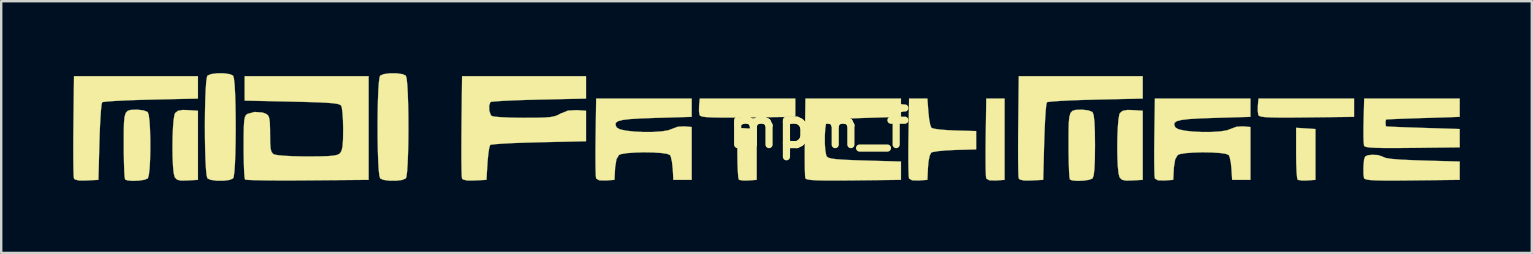
<source format=kicad_pcb>
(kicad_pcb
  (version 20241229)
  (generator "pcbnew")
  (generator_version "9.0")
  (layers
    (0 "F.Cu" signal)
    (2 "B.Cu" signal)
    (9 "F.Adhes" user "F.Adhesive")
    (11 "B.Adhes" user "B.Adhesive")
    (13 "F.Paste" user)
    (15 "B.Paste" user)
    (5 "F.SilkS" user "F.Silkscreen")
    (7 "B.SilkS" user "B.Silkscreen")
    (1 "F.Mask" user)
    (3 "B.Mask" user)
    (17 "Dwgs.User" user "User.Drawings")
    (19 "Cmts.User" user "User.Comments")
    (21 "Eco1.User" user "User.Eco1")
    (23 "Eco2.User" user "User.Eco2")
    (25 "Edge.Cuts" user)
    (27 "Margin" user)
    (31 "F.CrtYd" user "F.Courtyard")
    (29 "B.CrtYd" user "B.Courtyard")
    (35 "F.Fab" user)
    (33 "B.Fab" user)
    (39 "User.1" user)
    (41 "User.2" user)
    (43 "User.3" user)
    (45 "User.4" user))
  (footprint "mpm_f"
    (layer "F.Cu")
    (at 31.064 2.285)
    (property "Reference" "mpm_f" (at 0 0 0) (layer "F.SilkS") (effects (font (size 1.524 1.524) (thickness 0.3))))
    (attr through_hole)
    (fp_poly (pts (xy -2.985 0.017) (xy -2.582 0.042) (xy -2.582 2.159) (xy -2.924 2.184) (xy -3.154 2.186) (xy -3.306 2.161) (xy -3.326 2.149) (xy -3.349 2.045) (xy -3.368 1.807) (xy -3.381 1.47) (xy -3.387 1.067) (xy -3.387 1.04) (xy -3.387 -0.009) (xy -2.985 0.017)) (stroke (width 0.01) (type solid)) (fill yes) (layer "F.SilkS"))
    (fp_poly (pts (xy 7.747 2.159) (xy 7.386 2.185) (xy 7.11 2.178) (xy 6.985 2.104) (xy 6.982 2.098) (xy 6.97 1.981) (xy 6.961 1.723) (xy 6.957 1.353) (xy 6.957 0.899) (xy 6.962 0.39) (xy 6.962 0.378) (xy 6.985 -1.228) (xy 7.747 -1.228) (xy 7.747 2.159)) (stroke (width 0.01) (type solid)) (fill yes) (layer "F.SilkS"))
    (fp_poly (pts (xy 20.299 0.017) (xy 20.701 0.042) (xy 20.701 2.159) (xy 20.359 2.184) (xy 20.129 2.186) (xy 19.977 2.161) (xy 19.957 2.149) (xy 19.934 2.045) (xy 19.915 1.807) (xy 19.902 1.47) (xy 19.897 1.067) (xy 19.897 1.04) (xy 19.897 -0.009) (xy 20.299 0.017)) (stroke (width 0.01) (type solid)) (fill yes) (layer "F.SilkS"))
    (fp_poly (pts (xy -0.974 -0.466) (xy -2.944 -0.443) (xy -3.587 -0.437) (xy -4.08 -0.437) (xy -4.441 -0.443) (xy -4.691 -0.456) (xy -4.849 -0.478) (xy -4.933 -0.509) (xy -4.961 -0.541) (xy -4.986 -0.705) (xy -4.981 -0.937) (xy -4.98 -0.944) (xy -4.953 -1.228) (xy -0.974 -1.228) (xy -0.974 -0.466)) (stroke (width 0.01) (type solid)) (fill yes) (layer "F.SilkS"))
    (fp_poly (pts (xy 22.31 -0.466) (xy 20.339 -0.443) (xy 19.696 -0.437) (xy 19.204 -0.437) (xy 18.842 -0.443) (xy 18.592 -0.456) (xy 18.434 -0.478) (xy 18.35 -0.509) (xy 18.322 -0.541) (xy 18.298 -0.705) (xy 18.302 -0.937) (xy 18.303 -0.944) (xy 18.33 -1.228) (xy 22.31 -1.228) (xy 22.31 -0.466)) (stroke (width 0.01) (type solid)) (fill yes) (layer "F.SilkS"))
    (fp_poly (pts (xy -26.286 -0.746) (xy -25.866 -0.72) (xy -25.866 2.159) (xy -26.305 2.184) (xy -26.577 2.189) (xy -26.733 2.153) (xy -26.822 2.063) (xy -26.834 2.042) (xy -26.875 1.879) (xy -26.904 1.59) (xy -26.921 1.217) (xy -26.926 0.796) (xy -26.921 0.369) (xy -26.904 -0.028) (xy -26.877 -0.353) (xy -26.839 -0.569) (xy -26.815 -0.624) (xy -26.7 -0.717) (xy -26.504 -0.752) (xy -26.286 -0.746)) (stroke (width 0.01) (type solid)) (fill yes) (layer "F.SilkS"))
    (fp_poly (pts (xy 13.084 -0.746) (xy 13.504 -0.72) (xy 13.504 2.159) (xy 13.065 2.184) (xy 12.793 2.189) (xy 12.637 2.153) (xy 12.548 2.063) (xy 12.536 2.042) (xy 12.495 1.879) (xy 12.466 1.59) (xy 12.449 1.217) (xy 12.444 0.796) (xy 12.449 0.369) (xy 12.466 -0.028) (xy 12.493 -0.353) (xy 12.531 -0.569) (xy 12.555 -0.624) (xy 12.67 -0.717) (xy 12.866 -0.752) (xy 13.084 -0.746)) (stroke (width 0.01) (type solid)) (fill yes) (layer "F.SilkS"))
    (fp_poly (pts (xy 23.309 1.127) (xy 23.498 1.19) (xy 23.514 1.201) (xy 23.631 1.248) (xy 23.871 1.286) (xy 24.245 1.317) (xy 24.766 1.341) (xy 25.18 1.355) (xy 26.712 1.397) (xy 26.712 2.159) (xy 24.742 2.182) (xy 24.097 2.188) (xy 23.602 2.188) (xy 23.239 2.181) (xy 22.989 2.168) (xy 22.832 2.146) (xy 22.749 2.114) (xy 22.726 2.086) (xy 22.704 1.936) (xy 22.701 1.689) (xy 22.707 1.556) (xy 22.728 1.309) (xy 22.777 1.184) (xy 22.89 1.134) (xy 23.056 1.116) (xy 23.309 1.127)) (stroke (width 0.01) (type solid)) (fill yes) (layer "F.SilkS"))
    (fp_poly (pts (xy -25.866 -1.228) (xy -27.827 -1.185) (xy -28.388 -1.17) (xy -28.893 -1.151) (xy -29.316 -1.13) (xy -29.634 -1.107) (xy -29.821 -1.085) (xy -29.859 -1.073) (xy -29.884 -0.969) (xy -29.909 -0.725) (xy -29.933 -0.366) (xy -29.955 0.078) (xy -29.972 0.578) (xy -30.014 2.159) (xy -30.502 2.184) (xy -30.818 2.186) (xy -30.989 2.145) (xy -31.033 2.098) (xy -31.044 1.985) (xy -31.052 1.728) (xy -31.057 1.35) (xy -31.059 0.877) (xy -31.057 0.333) (xy -31.053 -0.086) (xy -31.03 -2.159) (xy -25.866 -2.159) (xy -25.866 -1.228)) (stroke (width 0.01) (type solid)) (fill yes) (layer "F.SilkS"))
    (fp_poly (pts (xy 13.504 -1.228) (xy 11.543 -1.185) (xy 10.982 -1.17) (xy 10.477 -1.151) (xy 10.054 -1.13) (xy 9.736 -1.107) (xy 9.549 -1.085) (xy 9.511 -1.073) (xy 9.486 -0.969) (xy 9.461 -0.725) (xy 9.437 -0.366) (xy 9.415 0.078) (xy 9.398 0.578) (xy 9.356 2.159) (xy 8.868 2.184) (xy 8.552 2.186) (xy 8.381 2.145) (xy 8.337 2.098) (xy 8.326 1.985) (xy 8.318 1.728) (xy 8.313 1.35) (xy 8.311 0.877) (xy 8.313 0.333) (xy 8.317 -0.086) (xy 8.34 -2.159) (xy 13.504 -2.159) (xy 13.504 -1.228)) (stroke (width 0.01) (type solid)) (fill yes) (layer "F.SilkS"))
    (fp_poly (pts (xy -28.373 -0.762) (xy -28.138 -0.736) (xy -27.972 -0.673) (xy -27.957 -0.66) (xy -27.915 -0.535) (xy -27.884 -0.278) (xy -27.863 0.074) (xy -27.852 0.483) (xy -27.851 0.913) (xy -27.861 1.326) (xy -27.881 1.685) (xy -27.912 1.954) (xy -27.952 2.094) (xy -27.957 2.1) (xy -28.094 2.156) (xy -28.325 2.191) (xy -28.584 2.201) (xy -28.801 2.183) (xy -28.9 2.145) (xy -28.919 2.045) (xy -28.935 1.806) (xy -28.947 1.457) (xy -28.955 1.027) (xy -28.956 0.715) (xy -28.955 0.183) (xy -28.948 -0.203) (xy -28.923 -0.467) (xy -28.873 -0.631) (xy -28.789 -0.719) (xy -28.66 -0.755) (xy -28.477 -0.762) (xy -28.373 -0.762)) (stroke (width 0.01) (type solid)) (fill yes) (layer "F.SilkS"))
    (fp_poly (pts (xy 4.572 -0.66) (xy 4.606 -0.359) (xy 4.652 -0.123) (xy 4.7 -0.007) (xy 4.816 0.03) (xy 5.062 0.065) (xy 5.398 0.091) (xy 5.674 0.103) (xy 6.562 0.127) (xy 6.562 0.889) (xy 5.678 0.913) (xy 5.299 0.932) (xy 4.98 0.962) (xy 4.76 0.999) (xy 4.687 1.026) (xy 4.626 1.153) (xy 4.577 1.394) (xy 4.555 1.637) (xy 4.53 2.159) (xy 4.169 2.185) (xy 3.893 2.178) (xy 3.768 2.104) (xy 3.765 2.098) (xy 3.752 1.981) (xy 3.744 1.723) (xy 3.739 1.353) (xy 3.739 0.899) (xy 3.744 0.39) (xy 3.745 0.378) (xy 3.768 -1.228) (xy 4.53 -1.228) (xy 4.572 -0.66)) (stroke (width 0.01) (type solid)) (fill yes) (layer "F.SilkS"))
    (fp_poly (pts (xy 10.997 -0.762) (xy 11.232 -0.736) (xy 11.398 -0.673) (xy 11.413 -0.66) (xy 11.458 -0.54) (xy 11.49 -0.276) (xy 11.509 0.138) (xy 11.515 0.712) (xy 11.515 0.72) (xy 11.509 1.296) (xy 11.49 1.712) (xy 11.459 1.977) (xy 11.414 2.099) (xy 11.413 2.1) (xy 11.276 2.156) (xy 11.045 2.191) (xy 10.786 2.201) (xy 10.569 2.183) (xy 10.47 2.145) (xy 10.451 2.045) (xy 10.435 1.806) (xy 10.423 1.457) (xy 10.415 1.027) (xy 10.414 0.715) (xy 10.415 0.183) (xy 10.422 -0.203) (xy 10.447 -0.467) (xy 10.497 -0.631) (xy 10.581 -0.719) (xy 10.71 -0.755) (xy 10.893 -0.762) (xy 10.997 -0.762)) (stroke (width 0.01) (type solid)) (fill yes) (layer "F.SilkS"))
    (fp_poly (pts (xy 26.712 -0.466) (xy 25.188 -0.418) (xy 24.7 -0.402) (xy 24.274 -0.387) (xy 23.938 -0.373) (xy 23.718 -0.362) (xy 23.643 -0.355) (xy 23.624 -0.269) (xy 23.622 -0.212) (xy 23.634 -0.089) (xy 23.643 -0.068) (xy 23.73 -0.061) (xy 23.96 -0.049) (xy 24.304 -0.035) (xy 24.736 -0.02) (xy 25.188 -0.005) (xy 26.712 0.042) (xy 26.712 0.804) (xy 24.742 0.827) (xy 24.091 0.833) (xy 23.591 0.833) (xy 23.224 0.825) (xy 22.972 0.811) (xy 22.817 0.788) (xy 22.741 0.755) (xy 22.728 0.737) (xy 22.712 0.61) (xy 22.704 0.354) (xy 22.703 0.008) (xy 22.709 -0.302) (xy 22.733 -1.228) (xy 26.712 -1.228) (xy 26.712 -0.466)) (stroke (width 0.01) (type solid)) (fill yes) (layer "F.SilkS"))
    (fp_poly (pts (xy -24.783 -2.279) (xy -24.537 -2.245) (xy -24.401 -2.184) (xy -24.367 -2.068) (xy -24.339 -1.81) (xy -24.318 -1.442) (xy -24.303 -0.991) (xy -24.295 -0.487) (xy -24.293 0.041) (xy -24.297 0.565) (xy -24.307 1.056) (xy -24.324 1.484) (xy -24.347 1.82) (xy -24.377 2.036) (xy -24.401 2.1) (xy -24.553 2.164) (xy -24.804 2.195) (xy -25.086 2.194) (xy -25.332 2.16) (xy -25.468 2.1) (xy -25.502 1.983) (xy -25.529 1.726) (xy -25.55 1.357) (xy -25.565 0.907) (xy -25.574 0.403) (xy -25.576 -0.126) (xy -25.572 -0.65) (xy -25.561 -1.14) (xy -25.544 -1.568) (xy -25.521 -1.905) (xy -25.492 -2.121) (xy -25.468 -2.184) (xy -25.316 -2.248) (xy -25.065 -2.28) (xy -24.783 -2.279)) (stroke (width 0.01) (type solid)) (fill yes) (layer "F.SilkS"))
    (fp_poly (pts (xy -17.586 -2.279) (xy -17.34 -2.245) (xy -17.204 -2.184) (xy -17.17 -2.068) (xy -17.143 -1.81) (xy -17.122 -1.442) (xy -17.107 -0.991) (xy -17.098 -0.487) (xy -17.096 0.041) (xy -17.1 0.565) (xy -17.111 1.056) (xy -17.128 1.484) (xy -17.151 1.82) (xy -17.18 2.036) (xy -17.204 2.1) (xy -17.356 2.164) (xy -17.607 2.195) (xy -17.889 2.194) (xy -18.135 2.16) (xy -18.271 2.1) (xy -18.305 1.983) (xy -18.333 1.726) (xy -18.354 1.357) (xy -18.369 0.907) (xy -18.377 0.403) (xy -18.379 -0.126) (xy -18.375 -0.65) (xy -18.365 -1.14) (xy -18.348 -1.568) (xy -18.325 -1.905) (xy -18.295 -2.121) (xy -18.271 -2.184) (xy -18.119 -2.248) (xy -17.868 -2.28) (xy -17.586 -2.279)) (stroke (width 0.01) (type solid)) (fill yes) (layer "F.SilkS"))
    (fp_poly (pts (xy 3.429 -0.466) (xy 1.947 -0.423) (xy 1.458 -0.406) (xy 1.025 -0.383) (xy 0.677 -0.358) (xy 0.444 -0.333) (xy 0.36 -0.313) (xy 0.308 -0.198) (xy 0.273 0.035) (xy 0.256 0.336) (xy 0.257 0.654) (xy 0.277 0.939) (xy 0.317 1.142) (xy 0.337 1.185) (xy 0.397 1.233) (xy 0.525 1.271) (xy 0.742 1.3) (xy 1.07 1.323) (xy 1.531 1.343) (xy 1.923 1.355) (xy 3.429 1.397) (xy 3.429 2.159) (xy 1.458 2.182) (xy 0.803 2.187) (xy 0.3 2.187) (xy -0.069 2.179) (xy -0.322 2.164) (xy -0.475 2.14) (xy -0.546 2.107) (xy -0.554 2.094) (xy -0.566 1.978) (xy -0.575 1.722) (xy -0.579 1.352) (xy -0.579 0.899) (xy -0.574 0.39) (xy -0.573 0.378) (xy -0.55 -1.228) (xy 3.429 -1.228) (xy 3.429 -0.466)) (stroke (width 0.01) (type solid)) (fill yes) (layer "F.SilkS"))
    (fp_poly (pts (xy -5.292 -0.466) (xy -6.791 -0.423) (xy -7.395 -0.402) (xy -7.847 -0.375) (xy -8.163 -0.338) (xy -8.36 -0.287) (xy -8.454 -0.217) (xy -8.464 -0.125) (xy -8.413 -0.019) (xy -8.285 0.054) (xy -8.029 0.11) (xy -7.686 0.148) (xy -7.297 0.166) (xy -6.904 0.164) (xy -6.547 0.141) (xy -6.267 0.095) (xy -6.123 0.04) (xy -5.869 -0.053) (xy -5.605 -0.068) (xy -5.292 -0.042) (xy -5.292 2.159) (xy -6.054 2.159) (xy -6.08 1.696) (xy -6.11 1.417) (xy -6.16 1.2) (xy -6.196 1.124) (xy -6.321 1.074) (xy -6.573 1.038) (xy -6.907 1.017) (xy -7.282 1.011) (xy -7.655 1.021) (xy -7.983 1.045) (xy -8.224 1.084) (xy -8.32 1.122) (xy -8.426 1.301) (xy -8.481 1.639) (xy -8.484 1.693) (xy -8.509 2.159) (xy -8.87 2.185) (xy -9.146 2.178) (xy -9.271 2.104) (xy -9.274 2.098) (xy -9.286 1.981) (xy -9.295 1.723) (xy -9.299 1.353) (xy -9.299 0.899) (xy -9.294 0.39) (xy -9.294 0.378) (xy -9.271 -1.228) (xy -5.292 -1.228) (xy -5.292 -0.466)) (stroke (width 0.01) (type solid)) (fill yes) (layer "F.SilkS"))
    (fp_poly (pts (xy 17.992 -0.466) (xy 16.493 -0.423) (xy 15.889 -0.402) (xy 15.437 -0.375) (xy 15.121 -0.338) (xy 14.924 -0.287) (xy 14.829 -0.217) (xy 14.819 -0.125) (xy 14.87 -0.019) (xy 14.999 0.054) (xy 15.255 0.11) (xy 15.598 0.148) (xy 15.986 0.166) (xy 16.38 0.164) (xy 16.737 0.141) (xy 17.017 0.095) (xy 17.16 0.04) (xy 17.414 -0.053) (xy 17.679 -0.068) (xy 17.992 -0.042) (xy 17.992 2.159) (xy 17.23 2.159) (xy 17.203 1.696) (xy 17.173 1.417) (xy 17.123 1.2) (xy 17.087 1.124) (xy 16.962 1.074) (xy 16.711 1.038) (xy 16.376 1.017) (xy 16.001 1.011) (xy 15.628 1.021) (xy 15.3 1.045) (xy 15.059 1.084) (xy 14.963 1.122) (xy 14.857 1.301) (xy 14.802 1.639) (xy 14.799 1.693) (xy 14.774 2.159) (xy 14.414 2.185) (xy 14.138 2.178) (xy 14.012 2.104) (xy 14.01 2.098) (xy 13.997 1.981) (xy 13.989 1.723) (xy 13.984 1.353) (xy 13.984 0.899) (xy 13.989 0.39) (xy 13.989 0.378) (xy 14.012 -1.228) (xy 17.992 -1.228) (xy 17.992 -0.466)) (stroke (width 0.01) (type solid)) (fill yes) (layer "F.SilkS"))
    (fp_poly (pts (xy -9.694 -1.228) (xy -11.656 -1.185) (xy -12.216 -1.171) (xy -12.719 -1.153) (xy -13.141 -1.134) (xy -13.456 -1.113) (xy -13.64 -1.094) (xy -13.677 -1.083) (xy -13.733 -0.932) (xy -13.726 -0.723) (xy -13.664 -0.545) (xy -13.621 -0.5) (xy -13.498 -0.473) (xy -13.239 -0.451) (xy -12.879 -0.434) (xy -12.45 -0.426) (xy -12.277 -0.425) (xy -11.783 -0.427) (xy -11.427 -0.436) (xy -11.175 -0.457) (xy -10.996 -0.492) (xy -10.856 -0.546) (xy -10.765 -0.597) (xy -10.446 -0.726) (xy -10.087 -0.745) (xy -9.694 -0.72) (xy -9.694 0.55) (xy -11.656 0.593) (xy -12.217 0.608) (xy -12.722 0.626) (xy -13.145 0.648) (xy -13.462 0.671) (xy -13.649 0.693) (xy -13.688 0.705) (xy -13.726 0.818) (xy -13.763 1.054) (xy -13.794 1.369) (xy -13.801 1.467) (xy -13.843 2.159) (xy -14.331 2.184) (xy -14.646 2.186) (xy -14.818 2.145) (xy -14.862 2.098) (xy -14.873 1.985) (xy -14.881 1.728) (xy -14.886 1.35) (xy -14.887 0.877) (xy -14.885 0.333) (xy -14.882 -0.086) (xy -14.859 -2.159) (xy -9.694 -2.159) (xy -9.694 -1.228)) (stroke (width 0.01) (type solid)) (fill yes) (layer "F.SilkS"))
    (fp_poly (pts (xy -18.754 2.159) (xy -21.3 2.181) (xy -21.94 2.185) (xy -22.525 2.185) (xy -23.034 2.181) (xy -23.444 2.174) (xy -23.736 2.164) (xy -23.887 2.151) (xy -23.903 2.146) (xy -23.923 2.046) (xy -23.94 1.806) (xy -23.953 1.459) (xy -23.96 1.035) (xy -23.961 0.793) (xy -23.959 0.296) (xy -23.952 -0.059) (xy -23.937 -0.297) (xy -23.911 -0.446) (xy -23.87 -0.532) (xy -23.811 -0.582) (xy -23.797 -0.59) (xy -23.5 -0.67) (xy -23.175 -0.646) (xy -23.024 -0.59) (xy -22.944 -0.527) (xy -22.896 -0.42) (xy -22.87 -0.231) (xy -22.861 0.075) (xy -22.86 0.254) (xy -22.856 0.622) (xy -22.838 0.858) (xy -22.8 0.996) (xy -22.735 1.074) (xy -22.696 1.098) (xy -22.554 1.13) (xy -22.276 1.156) (xy -21.897 1.175) (xy -21.452 1.185) (xy -21.305 1.185) (xy -20.804 1.182) (xy -20.445 1.171) (xy -20.201 1.149) (xy -20.047 1.114) (xy -19.956 1.063) (xy -19.945 1.052) (xy -19.881 0.948) (xy -19.84 0.769) (xy -19.819 0.484) (xy -19.813 0.062) (xy -19.813 0.057) (xy -19.821 -0.319) (xy -19.842 -0.639) (xy -19.872 -0.861) (xy -19.895 -0.931) (xy -19.947 -0.973) (xy -20.057 -1.007) (xy -20.246 -1.034) (xy -20.531 -1.056) (xy -20.933 -1.074) (xy -21.471 -1.09) (xy -21.947 -1.101) (xy -23.918 -1.143) (xy -23.918 -2.159) (xy -18.754 -2.159) (xy -18.754 2.159)) (stroke (width 0.01) (type solid)) (fill yes) (layer "F.SilkS")))
  (gr_rect
    (start -3 -3)
    (end 60.781 7.491)
    (stroke (width 0.1) (type default))
    (fill no)
    (layer "Edge.Cuts")))
</source>
